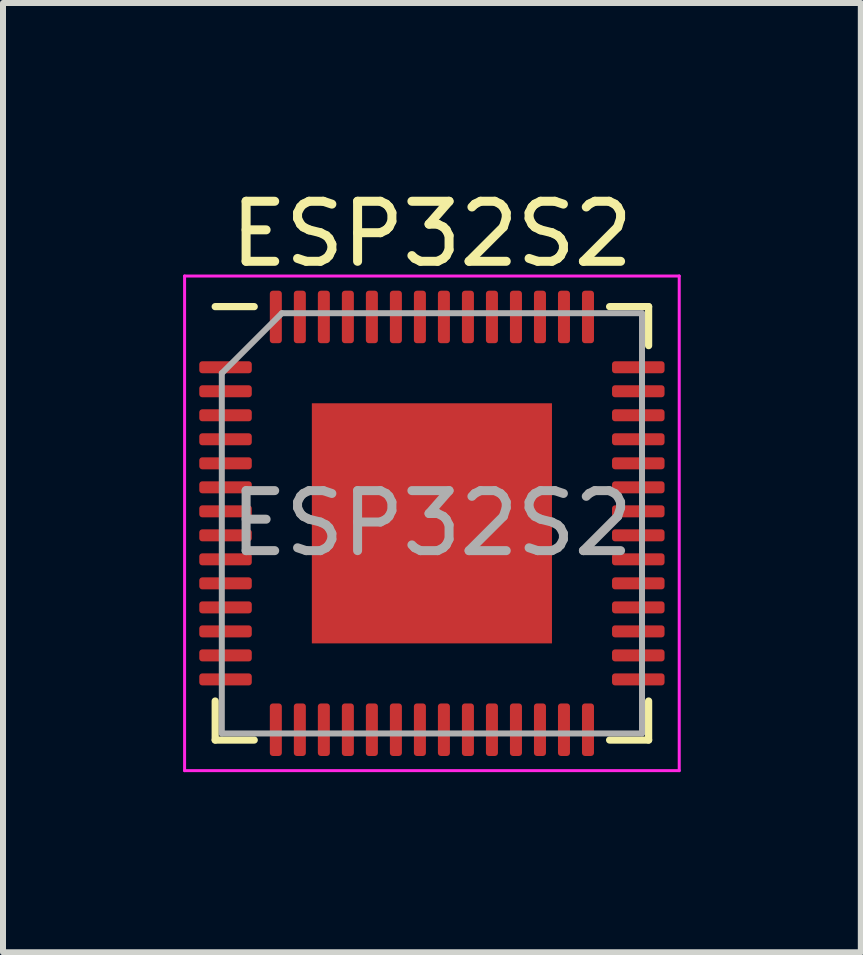
<source format=kicad_pcb>
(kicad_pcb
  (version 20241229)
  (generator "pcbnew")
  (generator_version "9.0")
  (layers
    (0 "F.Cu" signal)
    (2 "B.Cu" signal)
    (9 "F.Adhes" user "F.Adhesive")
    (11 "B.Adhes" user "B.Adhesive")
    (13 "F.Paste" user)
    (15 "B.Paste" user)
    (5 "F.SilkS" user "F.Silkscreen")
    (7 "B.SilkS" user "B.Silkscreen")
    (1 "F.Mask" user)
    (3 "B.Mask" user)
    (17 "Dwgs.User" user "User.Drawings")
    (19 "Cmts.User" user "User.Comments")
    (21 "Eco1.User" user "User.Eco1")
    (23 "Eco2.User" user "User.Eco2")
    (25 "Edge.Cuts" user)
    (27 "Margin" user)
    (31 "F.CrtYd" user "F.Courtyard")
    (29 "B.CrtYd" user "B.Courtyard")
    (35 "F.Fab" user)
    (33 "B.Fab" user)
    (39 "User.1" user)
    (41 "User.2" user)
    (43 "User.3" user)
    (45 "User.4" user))
  (footprint "ESP32S2"
    (layer "F.Cu")
    (at 4.145 5.668)
    (property "Reference" "ESP32S2" (at 0 -4.82 0) (layer "F.SilkS") (effects (font (size 1 1) (thickness 0.15))))
    (attr smd)
    (fp_line (start -3.61 3.61) (end -3.61 2.96) (stroke (width 0.12) (type solid)) (layer "F.SilkS"))
    (fp_line (start -2.96 -3.61) (end -3.61 -3.61) (stroke (width 0.12) (type solid)) (layer "F.SilkS"))
    (fp_line (start -2.96 3.61) (end -3.61 3.61) (stroke (width 0.12) (type solid)) (layer "F.SilkS"))
    (fp_line (start 2.96 -3.61) (end 3.61 -3.61) (stroke (width 0.12) (type solid)) (layer "F.SilkS"))
    (fp_line (start 2.96 3.61) (end 3.61 3.61) (stroke (width 0.12) (type solid)) (layer "F.SilkS"))
    (fp_line (start 3.61 -3.61) (end 3.61 -2.96) (stroke (width 0.12) (type solid)) (layer "F.SilkS"))
    (fp_line (start 3.61 3.61) (end 3.61 2.96) (stroke (width 0.12) (type solid)) (layer "F.SilkS"))
    (fp_line (start -4.12 -4.12) (end -4.12 4.12) (stroke (width 0.05) (type solid)) (layer "F.CrtYd"))
    (fp_line (start -4.12 4.12) (end 4.12 4.12) (stroke (width 0.05) (type solid)) (layer "F.CrtYd"))
    (fp_line (start 4.12 -4.12) (end -4.12 -4.12) (stroke (width 0.05) (type solid)) (layer "F.CrtYd"))
    (fp_line (start 4.12 4.12) (end 4.12 -4.12) (stroke (width 0.05) (type solid)) (layer "F.CrtYd"))
    (fp_line (start -3.5 -2.5) (end -2.5 -3.5) (stroke (width 0.1) (type solid)) (layer "F.Fab"))
    (fp_line (start -3.5 3.5) (end -3.5 -2.5) (stroke (width 0.1) (type solid)) (layer "F.Fab"))
    (fp_line (start -2.5 -3.5) (end 3.5 -3.5) (stroke (width 0.1) (type solid)) (layer "F.Fab"))
    (fp_line (start 3.5 -3.5) (end 3.5 3.5) (stroke (width 0.1) (type solid)) (layer "F.Fab"))
    (fp_line (start 3.5 3.5) (end -3.5 3.5) (stroke (width 0.1) (type solid)) (layer "F.Fab"))
    (fp_text user "${REFERENCE}" (at 0 0 0) (layer "F.Fab") (effects (font (size 1 1) (thickness 0.15))))
    (pad "" smd roundrect (at -1.41 -1.39) (size 1.13 1.13) (layers "F.Paste") (roundrect_rratio 0.221))
    (pad "" smd roundrect (at -1.41 0.01) (size 1.13 1.13) (layers "F.Paste") (roundrect_rratio 0.221))
    (pad "" smd roundrect (at -1.41 1.41) (size 1.13 1.13) (layers "F.Paste") (roundrect_rratio 0.221))
    (pad "" smd roundrect (at -0.01 -1.39) (size 1.13 1.13) (layers "F.Paste") (roundrect_rratio 0.221))
    (pad "" smd roundrect (at -0.01 0.01) (size 1.13 1.13) (layers "F.Paste") (roundrect_rratio 0.221))
    (pad "" smd roundrect (at -0.01 1.41) (size 1.13 1.13) (layers "F.Paste") (roundrect_rratio 0.221))
    (pad "" smd roundrect (at 1.39 -1.39) (size 1.13 1.13) (layers "F.Paste") (roundrect_rratio 0.221))
    (pad "" smd roundrect (at 1.39 0.01) (size 1.13 1.13) (layers "F.Paste") (roundrect_rratio 0.221))
    (pad "" smd roundrect (at 1.39 1.41) (size 1.13 1.13) (layers "F.Paste") (roundrect_rratio 0.221))
    (pad "1" smd roundrect (at -3.438 -2.6) (size 0.875 0.2) (layers "F.Cu" "F.Mask" "F.Paste") (roundrect_rratio 0.25))
    (pad "2" smd roundrect (at -3.438 -2.2) (size 0.875 0.2) (layers "F.Cu" "F.Mask" "F.Paste") (roundrect_rratio 0.25))
    (pad "3" smd roundrect (at -3.438 -1.8) (size 0.875 0.2) (layers "F.Cu" "F.Mask" "F.Paste") (roundrect_rratio 0.25))
    (pad "4" smd roundrect (at -3.438 -1.4) (size 0.875 0.2) (layers "F.Cu" "F.Mask" "F.Paste") (roundrect_rratio 0.25))
    (pad "5" smd roundrect (at -3.438 -1) (size 0.875 0.2) (layers "F.Cu" "F.Mask" "F.Paste") (roundrect_rratio 0.25))
    (pad "6" smd roundrect (at -3.438 -0.6) (size 0.875 0.2) (layers "F.Cu" "F.Mask" "F.Paste") (roundrect_rratio 0.25))
    (pad "7" smd roundrect (at -3.438 -0.2) (size 0.875 0.2) (layers "F.Cu" "F.Mask" "F.Paste") (roundrect_rratio 0.25))
    (pad "8" smd roundrect (at -3.438 0.2) (size 0.875 0.2) (layers "F.Cu" "F.Mask" "F.Paste") (roundrect_rratio 0.25))
    (pad "9" smd roundrect (at -3.438 0.6) (size 0.875 0.2) (layers "F.Cu" "F.Mask" "F.Paste") (roundrect_rratio 0.25))
    (pad "10" smd roundrect (at -3.438 1) (size 0.875 0.2) (layers "F.Cu" "F.Mask" "F.Paste") (roundrect_rratio 0.25))
    (pad "11" smd roundrect (at -3.438 1.4) (size 0.875 0.2) (layers "F.Cu" "F.Mask" "F.Paste") (roundrect_rratio 0.25))
    (pad "12" smd roundrect (at -3.438 1.8) (size 0.875 0.2) (layers "F.Cu" "F.Mask" "F.Paste") (roundrect_rratio 0.25))
    (pad "13" smd roundrect (at -3.438 2.2) (size 0.875 0.2) (layers "F.Cu" "F.Mask" "F.Paste") (roundrect_rratio 0.25))
    (pad "14" smd roundrect (at -3.438 2.6) (size 0.875 0.2) (layers "F.Cu" "F.Mask" "F.Paste") (roundrect_rratio 0.25))
    (pad "15" smd roundrect (at -2.6 3.438) (size 0.2 0.875) (layers "F.Cu" "F.Mask" "F.Paste") (roundrect_rratio 0.25))
    (pad "16" smd roundrect (at -2.2 3.438) (size 0.2 0.875) (layers "F.Cu" "F.Mask" "F.Paste") (roundrect_rratio 0.25))
    (pad "17" smd roundrect (at -1.8 3.438) (size 0.2 0.875) (layers "F.Cu" "F.Mask" "F.Paste") (roundrect_rratio 0.25))
    (pad "18" smd roundrect (at -1.4 3.438) (size 0.2 0.875) (layers "F.Cu" "F.Mask" "F.Paste") (roundrect_rratio 0.25))
    (pad "19" smd roundrect (at -1 3.438) (size 0.2 0.875) (layers "F.Cu" "F.Mask" "F.Paste") (roundrect_rratio 0.25))
    (pad "20" smd roundrect (at -0.6 3.438) (size 0.2 0.875) (layers "F.Cu" "F.Mask" "F.Paste") (roundrect_rratio 0.25))
    (pad "21" smd roundrect (at -0.2 3.438) (size 0.2 0.875) (layers "F.Cu" "F.Mask" "F.Paste") (roundrect_rratio 0.25))
    (pad "22" smd roundrect (at 0.2 3.438) (size 0.2 0.875) (layers "F.Cu" "F.Mask" "F.Paste") (roundrect_rratio 0.25))
    (pad "23" smd roundrect (at 0.6 3.438) (size 0.2 0.875) (layers "F.Cu" "F.Mask" "F.Paste") (roundrect_rratio 0.25))
    (pad "24" smd roundrect (at 1 3.438) (size 0.2 0.875) (layers "F.Cu" "F.Mask" "F.Paste") (roundrect_rratio 0.25))
    (pad "25" smd roundrect (at 1.4 3.438) (size 0.2 0.875) (layers "F.Cu" "F.Mask" "F.Paste") (roundrect_rratio 0.25))
    (pad "26" smd roundrect (at 1.8 3.438) (size 0.2 0.875) (layers "F.Cu" "F.Mask" "F.Paste") (roundrect_rratio 0.25))
    (pad "27" smd roundrect (at 2.2 3.438) (size 0.2 0.875) (layers "F.Cu" "F.Mask" "F.Paste") (roundrect_rratio 0.25))
    (pad "28" smd roundrect (at 2.6 3.438) (size 0.2 0.875) (layers "F.Cu" "F.Mask" "F.Paste") (roundrect_rratio 0.25))
    (pad "29" smd roundrect (at 3.438 2.6) (size 0.875 0.2) (layers "F.Cu" "F.Mask" "F.Paste") (roundrect_rratio 0.25))
    (pad "30" smd roundrect (at 3.438 2.2) (size 0.875 0.2) (layers "F.Cu" "F.Mask" "F.Paste") (roundrect_rratio 0.25))
    (pad "31" smd roundrect (at 3.438 1.8) (size 0.875 0.2) (layers "F.Cu" "F.Mask" "F.Paste") (roundrect_rratio 0.25))
    (pad "32" smd roundrect (at 3.438 1.4) (size 0.875 0.2) (layers "F.Cu" "F.Mask" "F.Paste") (roundrect_rratio 0.25))
    (pad "33" smd roundrect (at 3.438 1) (size 0.875 0.2) (layers "F.Cu" "F.Mask" "F.Paste") (roundrect_rratio 0.25))
    (pad "34" smd roundrect (at 3.438 0.6) (size 0.875 0.2) (layers "F.Cu" "F.Mask" "F.Paste") (roundrect_rratio 0.25))
    (pad "35" smd roundrect (at 3.438 0.2) (size 0.875 0.2) (layers "F.Cu" "F.Mask" "F.Paste") (roundrect_rratio 0.25))
    (pad "36" smd roundrect (at 3.438 -0.2) (size 0.875 0.2) (layers "F.Cu" "F.Mask" "F.Paste") (roundrect_rratio 0.25))
    (pad "37" smd roundrect (at 3.438 -0.6) (size 0.875 0.2) (layers "F.Cu" "F.Mask" "F.Paste") (roundrect_rratio 0.25))
    (pad "38" smd roundrect (at 3.438 -1) (size 0.875 0.2) (layers "F.Cu" "F.Mask" "F.Paste") (roundrect_rratio 0.25))
    (pad "39" smd roundrect (at 3.438 -1.4) (size 0.875 0.2) (layers "F.Cu" "F.Mask" "F.Paste") (roundrect_rratio 0.25))
    (pad "40" smd roundrect (at 3.438 -1.8) (size 0.875 0.2) (layers "F.Cu" "F.Mask" "F.Paste") (roundrect_rratio 0.25))
    (pad "41" smd roundrect (at 3.438 -2.2) (size 0.875 0.2) (layers "F.Cu" "F.Mask" "F.Paste") (roundrect_rratio 0.25))
    (pad "42" smd roundrect (at 3.438 -2.6) (size 0.875 0.2) (layers "F.Cu" "F.Mask" "F.Paste") (roundrect_rratio 0.25))
    (pad "43" smd roundrect (at 2.6 -3.438) (size 0.2 0.875) (layers "F.Cu" "F.Mask" "F.Paste") (roundrect_rratio 0.25))
    (pad "44" smd roundrect (at 2.2 -3.438) (size 0.2 0.875) (layers "F.Cu" "F.Mask" "F.Paste") (roundrect_rratio 0.25))
    (pad "45" smd roundrect (at 1.8 -3.438) (size 0.2 0.875) (layers "F.Cu" "F.Mask" "F.Paste") (roundrect_rratio 0.25))
    (pad "46" smd roundrect (at 1.4 -3.438) (size 0.2 0.875) (layers "F.Cu" "F.Mask" "F.Paste") (roundrect_rratio 0.25))
    (pad "47" smd roundrect (at 1 -3.438) (size 0.2 0.875) (layers "F.Cu" "F.Mask" "F.Paste") (roundrect_rratio 0.25))
    (pad "48" smd roundrect (at 0.6 -3.438) (size 0.2 0.875) (layers "F.Cu" "F.Mask" "F.Paste") (roundrect_rratio 0.25))
    (pad "49" smd roundrect (at 0.2 -3.438) (size 0.2 0.875) (layers "F.Cu" "F.Mask" "F.Paste") (roundrect_rratio 0.25))
    (pad "50" smd roundrect (at -0.2 -3.438) (size 0.2 0.875) (layers "F.Cu" "F.Mask" "F.Paste") (roundrect_rratio 0.25))
    (pad "51" smd roundrect (at -0.6 -3.438) (size 0.2 0.875) (layers "F.Cu" "F.Mask" "F.Paste") (roundrect_rratio 0.25))
    (pad "52" smd roundrect (at -1 -3.438) (size 0.2 0.875) (layers "F.Cu" "F.Mask" "F.Paste") (roundrect_rratio 0.25))
    (pad "53" smd roundrect (at -1.4 -3.438) (size 0.2 0.875) (layers "F.Cu" "F.Mask" "F.Paste") (roundrect_rratio 0.25))
    (pad "54" smd roundrect (at -1.8 -3.438) (size 0.2 0.875) (layers "F.Cu" "F.Mask" "F.Paste") (roundrect_rratio 0.25))
    (pad "55" smd roundrect (at -2.2 -3.438) (size 0.2 0.875) (layers "F.Cu" "F.Mask" "F.Paste") (roundrect_rratio 0.25))
    (pad "56" smd roundrect (at -2.6 -3.438) (size 0.2 0.875) (layers "F.Cu" "F.Mask" "F.Paste") (roundrect_rratio 0.25))
    (pad "57" smd rect (at 0 0) (size 4 4) (layers "F.Cu" "F.Mask")))
  (gr_rect
    (start -3 -3)
    (end 11.29 12.813)
    (stroke (width 0.1) (type default))
    (fill no)
    (layer "Edge.Cuts")))
</source>
